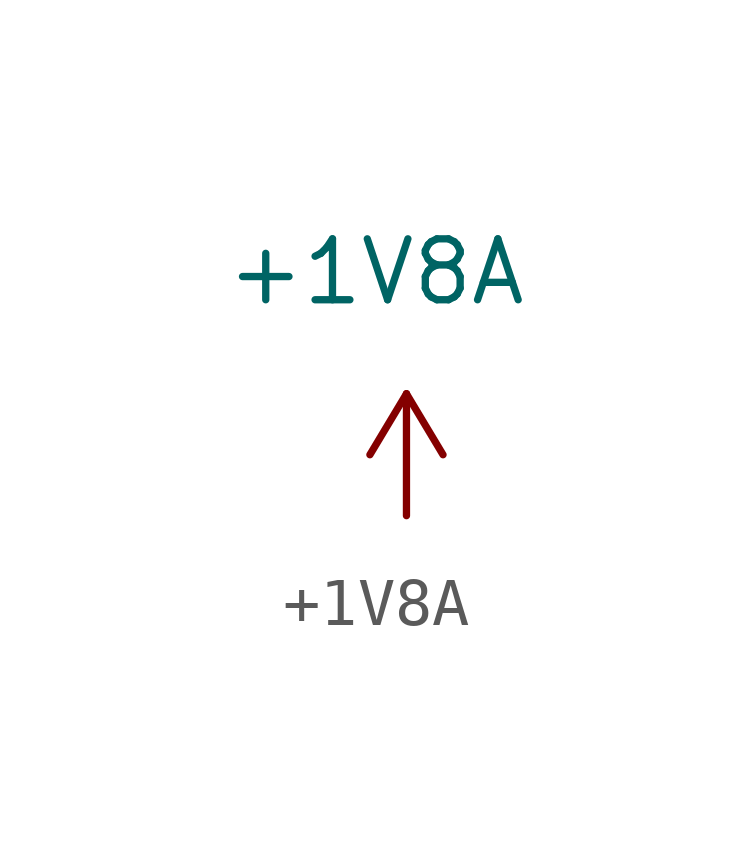
<source format=kicad_sym>
(kicad_symbol_lib
  (version 20211014)
  (generator kicad_symbol_editor)
  (symbol "+1V8A"
    (property "Reference" "#PWR"
      (at 0 -2.413 0)
      (effects (font (size 1.27 1.27)) hide))
    (property "Value" "+1V8A"
      (at -0.635 5.08 0)
      (effects (font (size 1.27 1.27))))
    (symbol "+1V8A_0_1"
      (polyline (pts (xy -0.762 1.27) (xy 0 2.54)) (stroke (width 0) (type default) (color 0 0 0 0)) (fill (type none)))
      (polyline (pts (xy 0 0) (xy 0 2.54)) (stroke (width 0) (type default) (color 0 0 0 0)) (fill (type none)))
      (polyline (pts (xy 0 2.54) (xy 0.762 1.27)) (stroke (width 0) (type default) (color 0 0 0 0)) (fill (type none))))
    (symbol "+1V8A_1_1"
      (pin power_in line (at 0 0 90) (length 0) hide (name "+1V8A" (effects (font (size 1.27 1.27)))) (number "1" (effects (font (size 1.27 1.27))))))))
</source>
